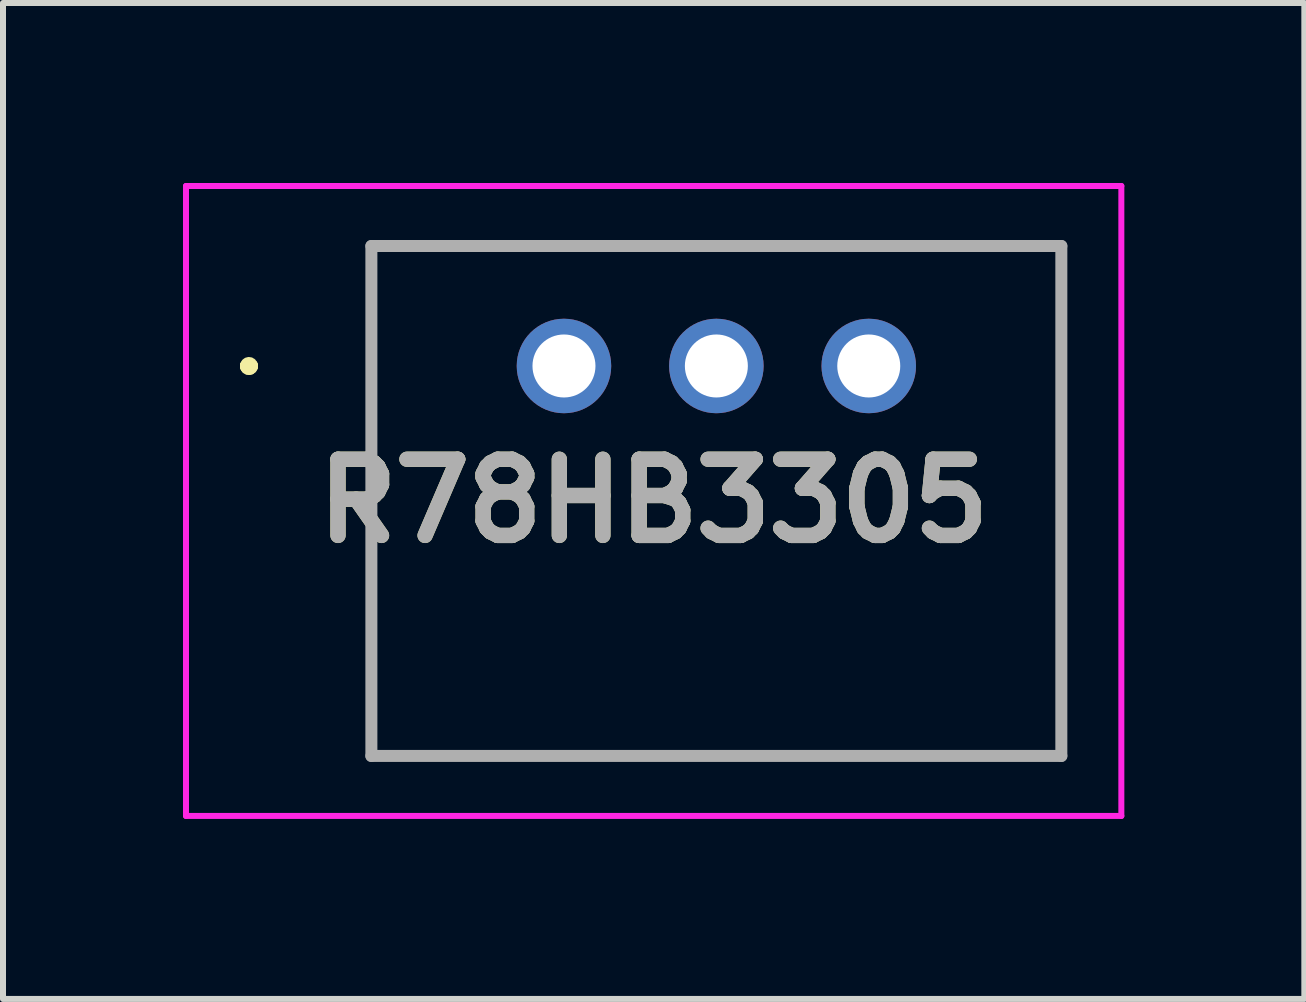
<source format=kicad_pcb>
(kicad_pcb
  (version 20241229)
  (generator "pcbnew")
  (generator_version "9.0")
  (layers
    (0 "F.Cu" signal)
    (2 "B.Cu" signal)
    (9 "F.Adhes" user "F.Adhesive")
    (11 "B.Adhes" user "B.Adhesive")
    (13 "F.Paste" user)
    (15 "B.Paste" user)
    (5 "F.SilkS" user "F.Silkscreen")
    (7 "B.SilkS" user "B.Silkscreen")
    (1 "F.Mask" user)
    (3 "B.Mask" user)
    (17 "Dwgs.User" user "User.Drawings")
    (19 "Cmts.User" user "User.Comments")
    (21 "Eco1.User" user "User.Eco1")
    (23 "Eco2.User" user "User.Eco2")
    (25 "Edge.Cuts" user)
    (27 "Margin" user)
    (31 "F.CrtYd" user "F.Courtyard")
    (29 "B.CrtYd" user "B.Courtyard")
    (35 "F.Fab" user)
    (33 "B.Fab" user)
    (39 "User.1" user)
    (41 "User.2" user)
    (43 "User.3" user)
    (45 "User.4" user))
  (footprint "R78HB3305"
    (layer "F.Cu")
    (at 6.35 3.05)
    (property "Reference" "R78HB3305" (at 1.495 2.25 0) (layer "F.SilkS") (effects (font (size 1.27 1.27) (thickness 0.254))))
    (attr through_hole)
    (fp_line (start -5.3 0) (end -5.3 0) (stroke (width 0.2) (type solid)) (layer "F.SilkS"))
    (fp_line (start -5.3 0) (end -5.3 0) (stroke (width 0.2) (type solid)) (layer "F.SilkS"))
    (fp_line (start -5.2 0) (end -5.2 0) (stroke (width 0.2) (type solid)) (layer "F.SilkS"))
    (fp_line (start -3.21 -2) (end -3.21 6.5) (stroke (width 0.1) (type solid)) (layer "F.SilkS"))
    (fp_line (start -3.21 6.5) (end 8.29 6.5) (stroke (width 0.1) (type solid)) (layer "F.SilkS"))
    (fp_line (start 8.29 -2) (end -3.21 -2) (stroke (width 0.1) (type solid)) (layer "F.SilkS"))
    (fp_line (start 8.29 6.5) (end 8.29 -2) (stroke (width 0.1) (type solid)) (layer "F.SilkS"))
    (fp_arc (start -5.3 0) (mid -5.25 -0.05) (end -5.2 0) (stroke (width 0.2) (type solid)) (layer "F.SilkS"))
    (fp_arc (start -5.2 0) (mid -5.25 0.05) (end -5.3 0) (stroke (width 0.2) (type solid)) (layer "F.SilkS"))
    (fp_arc (start -5.2 0) (mid -5.25 0.05) (end -5.3 0) (stroke (width 0.2) (type solid)) (layer "F.SilkS"))
    (fp_line (start -6.3 -3) (end -6.3 7.5) (stroke (width 0.1) (type solid)) (layer "F.CrtYd"))
    (fp_line (start -6.3 7.5) (end 9.29 7.5) (stroke (width 0.1) (type solid)) (layer "F.CrtYd"))
    (fp_line (start 9.29 -3) (end -6.3 -3) (stroke (width 0.1) (type solid)) (layer "F.CrtYd"))
    (fp_line (start 9.29 7.5) (end 9.29 -3) (stroke (width 0.1) (type solid)) (layer "F.CrtYd"))
    (fp_line (start -3.21 -2) (end 8.29 -2) (stroke (width 0.2) (type solid)) (layer "F.Fab"))
    (fp_line (start -3.21 6.5) (end -3.21 -2) (stroke (width 0.2) (type solid)) (layer "F.Fab"))
    (fp_line (start 8.29 -2) (end 8.29 6.5) (stroke (width 0.2) (type solid)) (layer "F.Fab"))
    (fp_line (start 8.29 6.5) (end -3.21 6.5) (stroke (width 0.2) (type solid)) (layer "F.Fab"))
    (fp_text user "${REFERENCE}" (at 1.495 2.25 0) (layer "F.Fab") (effects (font (size 1.27 1.27) (thickness 0.254))))
    (pad "1" thru_hole circle (at 0 0) (size 1.575 1.575) (drill 1.05) (layers "*.Cu" "*.Mask"))
    (pad "2" thru_hole circle (at 2.54 0) (size 1.575 1.575) (drill 1.05) (layers "*.Cu" "*.Mask"))
    (pad "3" thru_hole circle (at 5.08 0) (size 1.575 1.575) (drill 1.05) (layers "*.Cu" "*.Mask")))
  (gr_rect
    (start -3 -3)
    (end 18.69 13.6)
    (stroke (width 0.1) (type default))
    (fill no)
    (layer "Edge.Cuts")))
</source>
